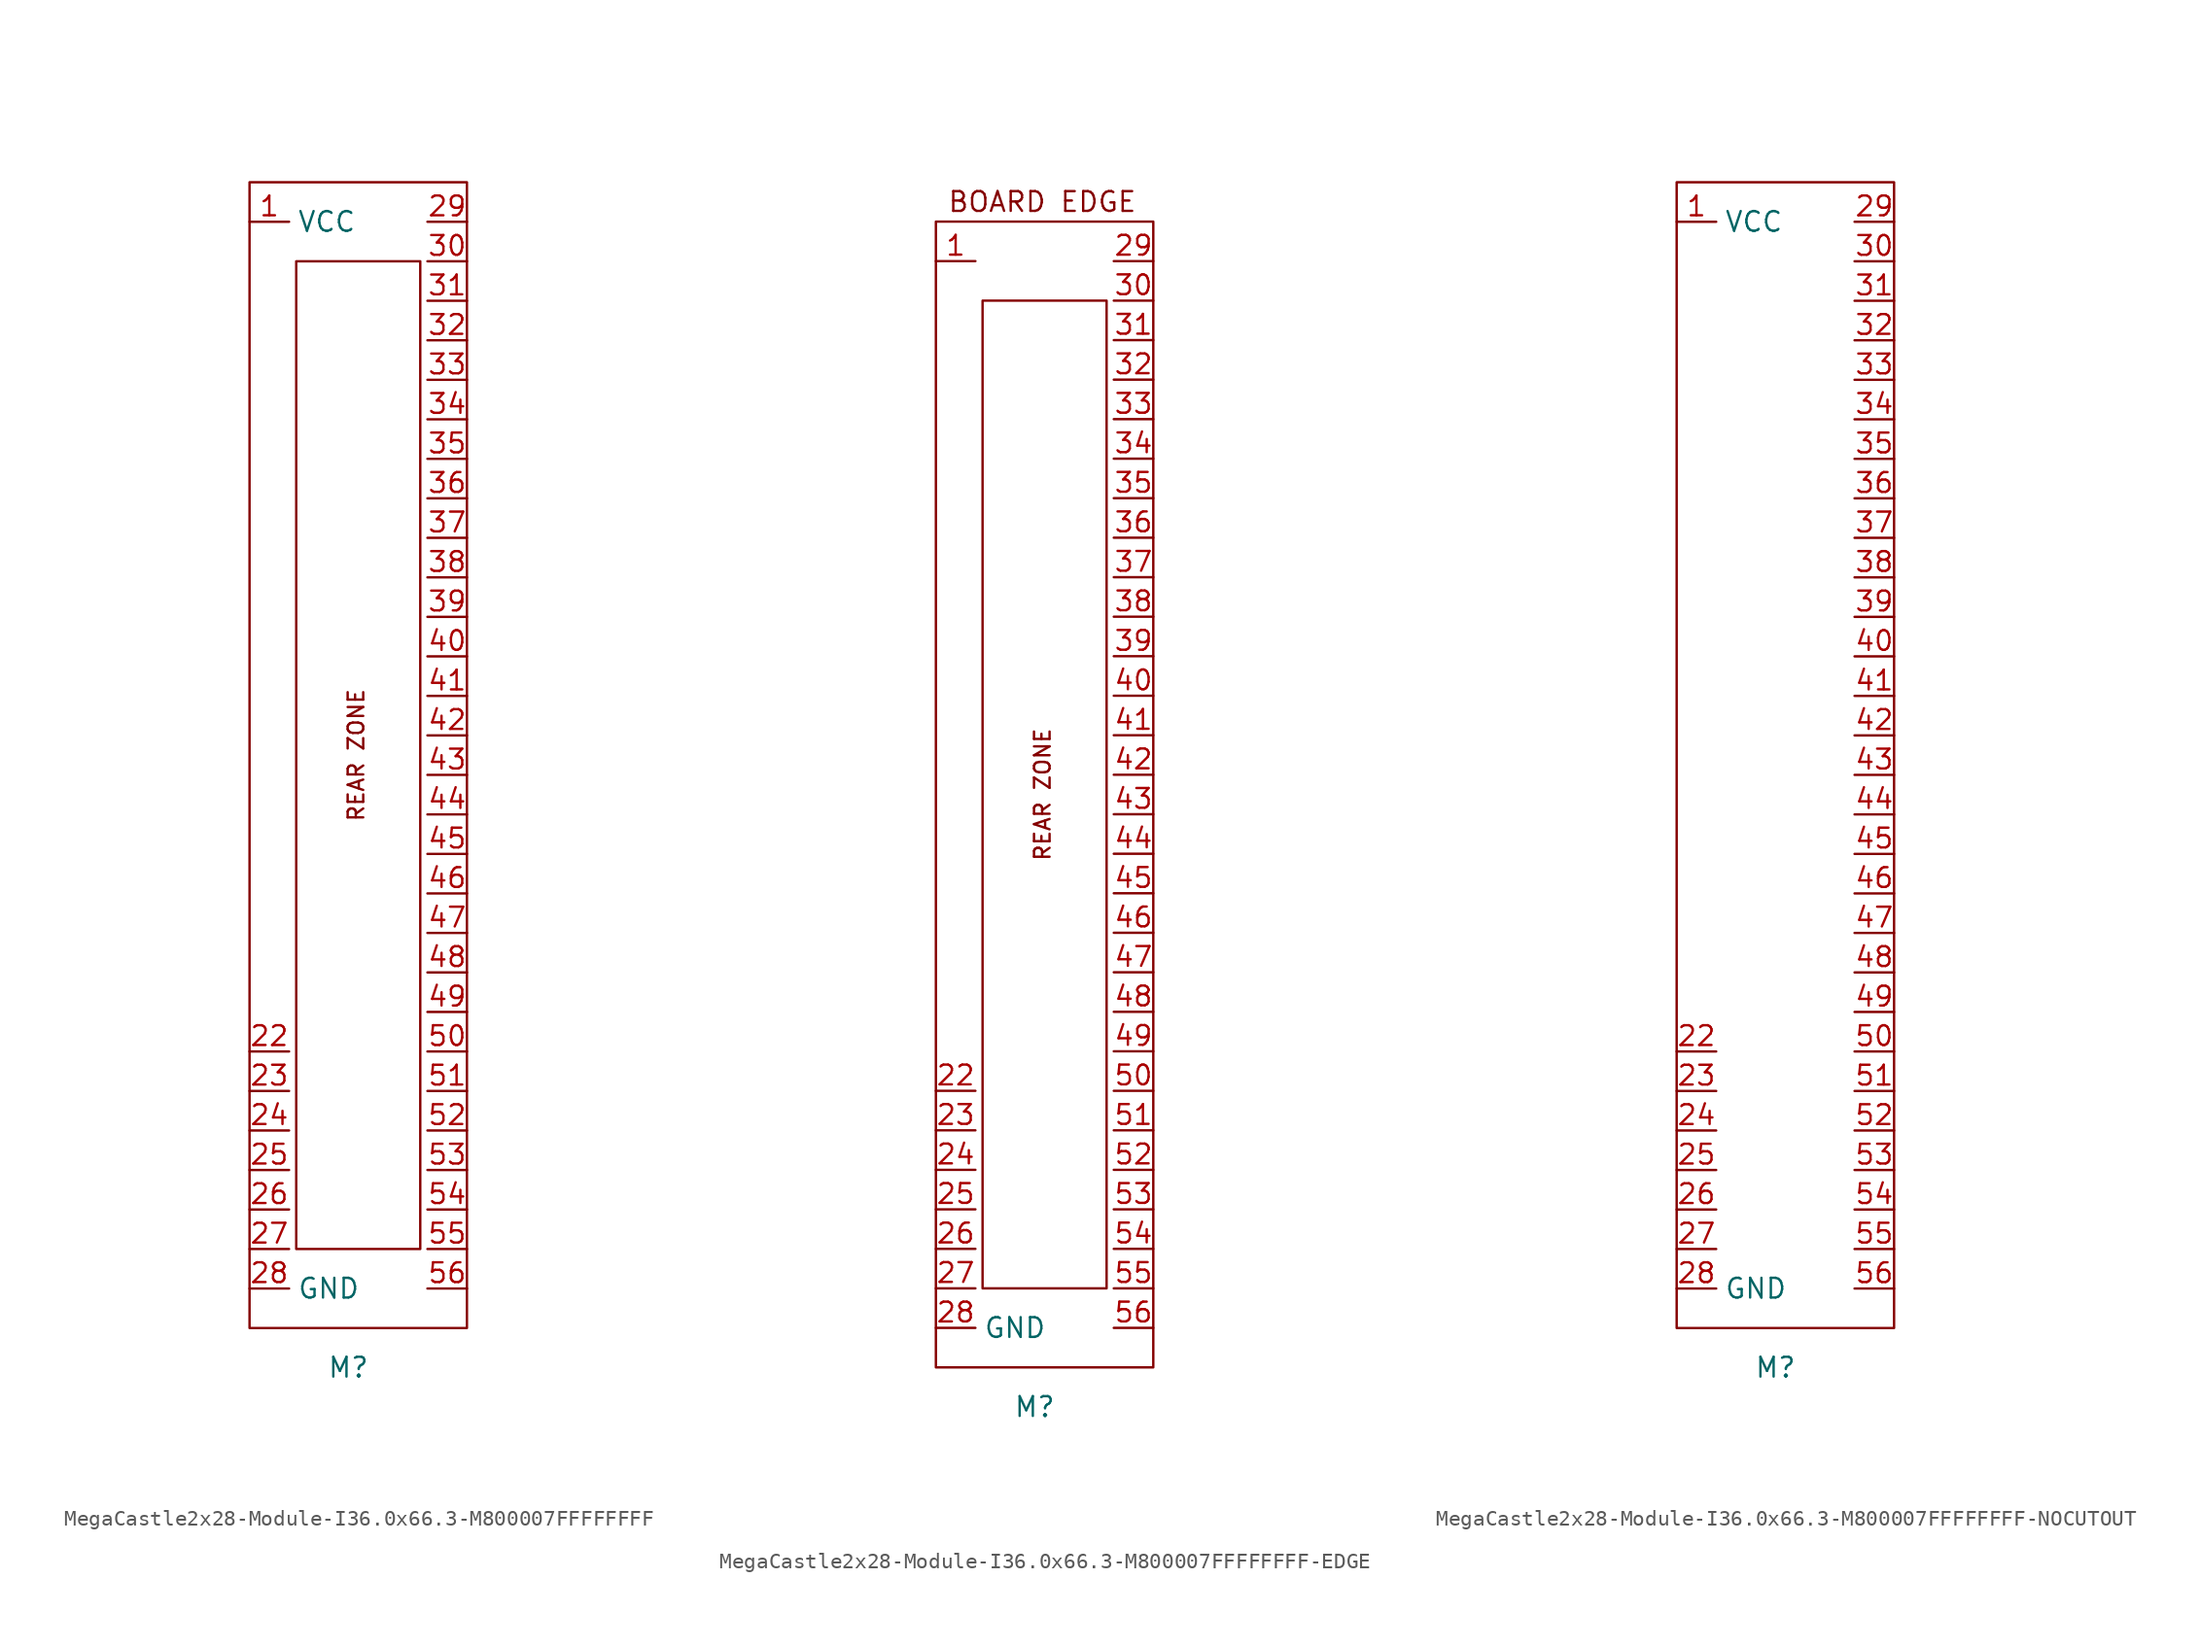
<source format=kicad_sym>
(kicad_symbol_lib
  (version 20241209)
  (generator "kicad_symbol_editor")
  (generator_version "9.0")
  (symbol "MegaCastle2x28-Module-I36.0x66.3-M800007FFFFFFFF"
    (property "Reference" "M"
      (at 0 -39.37 0)
      (effects (font (size 1.27 1.27))))
    (property "Value" ""
      (at 0 5.08 0)
      (effects (font (size 1.27 1.27))))
    (symbol "MegaCastle2x28-Module-I36.0x66.3-M800007FFFFFFFF_0_1"
      (rectangle (start -6.35 36.83) (end 7.62 -36.83) (stroke (width 0) (type default)) (fill (type none)))
      (rectangle (start -3.35 31.75) (end 4.62 -31.75) (stroke (width 0) (type default)) (fill (type none))))
    (symbol "MegaCastle2x28-Module-I36.0x66.3-M800007FFFFFFFF_1_1"
      (text "REAR ZONE" (at 0.5 0 900) (effects (font (size 1 1))))
      (pin bidirectional line (at -6.35 34.29 0) (length 2.54) (name "VCC" (effects (font (size 1.27 1.27)))) (number "1" (effects (font (size 1.27 1.27)))))
      (pin bidirectional line (at -6.35 -19.05 0) (length 2.54) (name "" (effects (font (size 1.27 1.27)))) (number "22" (effects (font (size 1.27 1.27)))))
      (pin bidirectional line (at -6.35 -21.59 0) (length 2.54) (name "" (effects (font (size 1.27 1.27)))) (number "23" (effects (font (size 1.27 1.27)))))
      (pin bidirectional line (at -6.35 -24.13 0) (length 2.54) (name "" (effects (font (size 1.27 1.27)))) (number "24" (effects (font (size 1.27 1.27)))))
      (pin bidirectional line (at -6.35 -26.67 0) (length 2.54) (name "" (effects (font (size 1.27 1.27)))) (number "25" (effects (font (size 1.27 1.27)))))
      (pin bidirectional line (at -6.35 -29.21 0) (length 2.54) (name "" (effects (font (size 1.27 1.27)))) (number "26" (effects (font (size 1.27 1.27)))))
      (pin bidirectional line (at -6.35 -31.75 0) (length 2.54) (name "" (effects (font (size 1.27 1.27)))) (number "27" (effects (font (size 1.27 1.27)))))
      (pin bidirectional line (at -6.35 -34.29 0) (length 2.54) (name "GND" (effects (font (size 1.27 1.27)))) (number "28" (effects (font (size 1.27 1.27)))))
      (pin bidirectional line (at 7.62 34.29 180) (length 2.54) (name "" (effects (font (size 1.27 1.27)))) (number "29" (effects (font (size 1.27 1.27)))))
      (pin bidirectional line (at 7.62 31.75 180) (length 2.54) (name "" (effects (font (size 1.27 1.27)))) (number "30" (effects (font (size 1.27 1.27)))))
      (pin bidirectional line (at 7.62 29.21 180) (length 2.54) (name "" (effects (font (size 1.27 1.27)))) (number "31" (effects (font (size 1.27 1.27)))))
      (pin bidirectional line (at 7.62 26.67 180) (length 2.54) (name "" (effects (font (size 1.27 1.27)))) (number "32" (effects (font (size 1.27 1.27)))))
      (pin bidirectional line (at 7.62 24.13 180) (length 2.54) (name "" (effects (font (size 1.27 1.27)))) (number "33" (effects (font (size 1.27 1.27)))))
      (pin bidirectional line (at 7.62 21.59 180) (length 2.54) (name "" (effects (font (size 1.27 1.27)))) (number "34" (effects (font (size 1.27 1.27)))))
      (pin bidirectional line (at 7.62 19.05 180) (length 2.54) (name "" (effects (font (size 1.27 1.27)))) (number "35" (effects (font (size 1.27 1.27)))))
      (pin bidirectional line (at 7.62 16.51 180) (length 2.54) (name "" (effects (font (size 1.27 1.27)))) (number "36" (effects (font (size 1.27 1.27)))))
      (pin bidirectional line (at 7.62 13.97 180) (length 2.54) (name "" (effects (font (size 1.27 1.27)))) (number "37" (effects (font (size 1.27 1.27)))))
      (pin bidirectional line (at 7.62 11.43 180) (length 2.54) (name "" (effects (font (size 1.27 1.27)))) (number "38" (effects (font (size 1.27 1.27)))))
      (pin bidirectional line (at 7.62 8.89 180) (length 2.54) (name "" (effects (font (size 1.27 1.27)))) (number "39" (effects (font (size 1.27 1.27)))))
      (pin bidirectional line (at 7.62 6.35 180) (length 2.54) (name "" (effects (font (size 1.27 1.27)))) (number "40" (effects (font (size 1.27 1.27)))))
      (pin bidirectional line (at 7.62 3.81 180) (length 2.54) (name "" (effects (font (size 1.27 1.27)))) (number "41" (effects (font (size 1.27 1.27)))))
      (pin bidirectional line (at 7.62 1.27 180) (length 2.54) (name "" (effects (font (size 1.27 1.27)))) (number "42" (effects (font (size 1.27 1.27)))))
      (pin bidirectional line (at 7.62 -1.27 180) (length 2.54) (name "" (effects (font (size 1.27 1.27)))) (number "43" (effects (font (size 1.27 1.27)))))
      (pin bidirectional line (at 7.62 -3.81 180) (length 2.54) (name "" (effects (font (size 1.27 1.27)))) (number "44" (effects (font (size 1.27 1.27)))))
      (pin bidirectional line (at 7.62 -6.35 180) (length 2.54) (name "" (effects (font (size 1.27 1.27)))) (number "45" (effects (font (size 1.27 1.27)))))
      (pin bidirectional line (at 7.62 -8.89 180) (length 2.54) (name "" (effects (font (size 1.27 1.27)))) (number "46" (effects (font (size 1.27 1.27)))))
      (pin bidirectional line (at 7.62 -11.43 180) (length 2.54) (name "" (effects (font (size 1.27 1.27)))) (number "47" (effects (font (size 1.27 1.27)))))
      (pin bidirectional line (at 7.62 -13.97 180) (length 2.54) (name "" (effects (font (size 1.27 1.27)))) (number "48" (effects (font (size 1.27 1.27)))))
      (pin bidirectional line (at 7.62 -16.51 180) (length 2.54) (name "" (effects (font (size 1.27 1.27)))) (number "49" (effects (font (size 1.27 1.27)))))
      (pin bidirectional line (at 7.62 -19.05 180) (length 2.54) (name "" (effects (font (size 1.27 1.27)))) (number "50" (effects (font (size 1.27 1.27)))))
      (pin bidirectional line (at 7.62 -21.59 180) (length 2.54) (name "" (effects (font (size 1.27 1.27)))) (number "51" (effects (font (size 1.27 1.27)))))
      (pin bidirectional line (at 7.62 -24.13 180) (length 2.54) (name "" (effects (font (size 1.27 1.27)))) (number "52" (effects (font (size 1.27 1.27)))))
      (pin bidirectional line (at 7.62 -26.67 180) (length 2.54) (name "" (effects (font (size 1.27 1.27)))) (number "53" (effects (font (size 1.27 1.27)))))
      (pin bidirectional line (at 7.62 -29.21 180) (length 2.54) (name "" (effects (font (size 1.27 1.27)))) (number "54" (effects (font (size 1.27 1.27)))))
      (pin bidirectional line (at 7.62 -31.75 180) (length 2.54) (name "" (effects (font (size 1.27 1.27)))) (number "55" (effects (font (size 1.27 1.27)))))
      (pin bidirectional line (at 7.62 -34.29 180) (length 2.54) (name "" (effects (font (size 1.27 1.27)))) (number "56" (effects (font (size 1.27 1.27)))))))
  (symbol "MegaCastle2x28-Module-I36.0x66.3-M800007FFFFFFFF-EDGE"
    (property "Reference" "M"
      (at 0 -39.37 0)
      (effects (font (size 1.27 1.27))))
    (property "Value" ""
      (at 0 5.08 0)
      (effects (font (size 1.27 1.27))))
    (symbol "MegaCastle2x28-Module-I36.0x66.3-M800007FFFFFFFF-EDGE_0_1"
      (rectangle (start -6.35 36.83) (end 7.62 -36.83) (stroke (width 0) (type default)) (fill (type none)))
      (rectangle (start -3.35 31.75) (end 4.62 -31.75) (stroke (width 0) (type default)) (fill (type none))))
    (symbol "MegaCastle2x28-Module-I36.0x66.3-M800007FFFFFFFF-EDGE_1_1"
      (text " BOARD EDGE" (at 0 38.1 0) (effects (font (size 1.27 1.27))))
      (text "REAR ZONE" (at 0.5 0 900) (effects (font (size 1 1))))
      (pin bidirectional line (at -6.35 34.29 0) (length 2.54) (name "" (effects (font (size 1.27 1.27)))) (number "1" (effects (font (size 1.27 1.27)))))
      (pin bidirectional line (at -6.35 -19.05 0) (length 2.54) (name "" (effects (font (size 1.27 1.27)))) (number "22" (effects (font (size 1.27 1.27)))))
      (pin bidirectional line (at -6.35 -21.59 0) (length 2.54) (name "" (effects (font (size 1.27 1.27)))) (number "23" (effects (font (size 1.27 1.27)))))
      (pin bidirectional line (at -6.35 -24.13 0) (length 2.54) (name "" (effects (font (size 1.27 1.27)))) (number "24" (effects (font (size 1.27 1.27)))))
      (pin bidirectional line (at -6.35 -26.67 0) (length 2.54) (name "" (effects (font (size 1.27 1.27)))) (number "25" (effects (font (size 1.27 1.27)))))
      (pin bidirectional line (at -6.35 -29.21 0) (length 2.54) (name "" (effects (font (size 1.27 1.27)))) (number "26" (effects (font (size 1.27 1.27)))))
      (pin bidirectional line (at -6.35 -31.75 0) (length 2.54) (name "" (effects (font (size 1.27 1.27)))) (number "27" (effects (font (size 1.27 1.27)))))
      (pin bidirectional line (at -6.35 -34.29 0) (length 2.54) (name "GND" (effects (font (size 1.27 1.27)))) (number "28" (effects (font (size 1.27 1.27)))))
      (pin bidirectional line (at 7.62 34.29 180) (length 2.54) (name "" (effects (font (size 1.27 1.27)))) (number "29" (effects (font (size 1.27 1.27)))))
      (pin bidirectional line (at 7.62 31.75 180) (length 2.54) (name "" (effects (font (size 1.27 1.27)))) (number "30" (effects (font (size 1.27 1.27)))))
      (pin bidirectional line (at 7.62 29.21 180) (length 2.54) (name "" (effects (font (size 1.27 1.27)))) (number "31" (effects (font (size 1.27 1.27)))))
      (pin bidirectional line (at 7.62 26.67 180) (length 2.54) (name "" (effects (font (size 1.27 1.27)))) (number "32" (effects (font (size 1.27 1.27)))))
      (pin bidirectional line (at 7.62 24.13 180) (length 2.54) (name "" (effects (font (size 1.27 1.27)))) (number "33" (effects (font (size 1.27 1.27)))))
      (pin bidirectional line (at 7.62 21.59 180) (length 2.54) (name "" (effects (font (size 1.27 1.27)))) (number "34" (effects (font (size 1.27 1.27)))))
      (pin bidirectional line (at 7.62 19.05 180) (length 2.54) (name "" (effects (font (size 1.27 1.27)))) (number "35" (effects (font (size 1.27 1.27)))))
      (pin bidirectional line (at 7.62 16.51 180) (length 2.54) (name "" (effects (font (size 1.27 1.27)))) (number "36" (effects (font (size 1.27 1.27)))))
      (pin bidirectional line (at 7.62 13.97 180) (length 2.54) (name "" (effects (font (size 1.27 1.27)))) (number "37" (effects (font (size 1.27 1.27)))))
      (pin bidirectional line (at 7.62 11.43 180) (length 2.54) (name "" (effects (font (size 1.27 1.27)))) (number "38" (effects (font (size 1.27 1.27)))))
      (pin bidirectional line (at 7.62 8.89 180) (length 2.54) (name "" (effects (font (size 1.27 1.27)))) (number "39" (effects (font (size 1.27 1.27)))))
      (pin bidirectional line (at 7.62 6.35 180) (length 2.54) (name "" (effects (font (size 1.27 1.27)))) (number "40" (effects (font (size 1.27 1.27)))))
      (pin bidirectional line (at 7.62 3.81 180) (length 2.54) (name "" (effects (font (size 1.27 1.27)))) (number "41" (effects (font (size 1.27 1.27)))))
      (pin bidirectional line (at 7.62 1.27 180) (length 2.54) (name "" (effects (font (size 1.27 1.27)))) (number "42" (effects (font (size 1.27 1.27)))))
      (pin bidirectional line (at 7.62 -1.27 180) (length 2.54) (name "" (effects (font (size 1.27 1.27)))) (number "43" (effects (font (size 1.27 1.27)))))
      (pin bidirectional line (at 7.62 -3.81 180) (length 2.54) (name "" (effects (font (size 1.27 1.27)))) (number "44" (effects (font (size 1.27 1.27)))))
      (pin bidirectional line (at 7.62 -6.35 180) (length 2.54) (name "" (effects (font (size 1.27 1.27)))) (number "45" (effects (font (size 1.27 1.27)))))
      (pin bidirectional line (at 7.62 -8.89 180) (length 2.54) (name "" (effects (font (size 1.27 1.27)))) (number "46" (effects (font (size 1.27 1.27)))))
      (pin bidirectional line (at 7.62 -11.43 180) (length 2.54) (name "" (effects (font (size 1.27 1.27)))) (number "47" (effects (font (size 1.27 1.27)))))
      (pin bidirectional line (at 7.62 -13.97 180) (length 2.54) (name "" (effects (font (size 1.27 1.27)))) (number "48" (effects (font (size 1.27 1.27)))))
      (pin bidirectional line (at 7.62 -16.51 180) (length 2.54) (name "" (effects (font (size 1.27 1.27)))) (number "49" (effects (font (size 1.27 1.27)))))
      (pin bidirectional line (at 7.62 -19.05 180) (length 2.54) (name "" (effects (font (size 1.27 1.27)))) (number "50" (effects (font (size 1.27 1.27)))))
      (pin bidirectional line (at 7.62 -21.59 180) (length 2.54) (name "" (effects (font (size 1.27 1.27)))) (number "51" (effects (font (size 1.27 1.27)))))
      (pin bidirectional line (at 7.62 -24.13 180) (length 2.54) (name "" (effects (font (size 1.27 1.27)))) (number "52" (effects (font (size 1.27 1.27)))))
      (pin bidirectional line (at 7.62 -26.67 180) (length 2.54) (name "" (effects (font (size 1.27 1.27)))) (number "53" (effects (font (size 1.27 1.27)))))
      (pin bidirectional line (at 7.62 -29.21 180) (length 2.54) (name "" (effects (font (size 1.27 1.27)))) (number "54" (effects (font (size 1.27 1.27)))))
      (pin bidirectional line (at 7.62 -31.75 180) (length 2.54) (name "" (effects (font (size 1.27 1.27)))) (number "55" (effects (font (size 1.27 1.27)))))
      (pin bidirectional line (at 7.62 -34.29 180) (length 2.54) (name "" (effects (font (size 1.27 1.27)))) (number "56" (effects (font (size 1.27 1.27)))))))
  (symbol "MegaCastle2x28-Module-I36.0x66.3-M800007FFFFFFFF-NOCUTOUT"
    (property "Reference" "M"
      (at 0 -39.37 0)
      (effects (font (size 1.27 1.27))))
    (property "Value" ""
      (at 0 5.08 0)
      (effects (font (size 1.27 1.27))))
    (symbol "MegaCastle2x28-Module-I36.0x66.3-M800007FFFFFFFF-NOCUTOUT_0_1"
      (rectangle (start -6.35 36.83) (end 7.62 -36.83) (stroke (width 0) (type default)) (fill (type none))))
    (symbol "MegaCastle2x28-Module-I36.0x66.3-M800007FFFFFFFF-NOCUTOUT_1_1"
      (pin bidirectional line (at -6.35 34.29 0) (length 2.54) (name "VCC" (effects (font (size 1.27 1.27)))) (number "1" (effects (font (size 1.27 1.27)))))
      (pin bidirectional line (at -6.35 -19.05 0) (length 2.54) (name "" (effects (font (size 1.27 1.27)))) (number "22" (effects (font (size 1.27 1.27)))))
      (pin bidirectional line (at -6.35 -21.59 0) (length 2.54) (name "" (effects (font (size 1.27 1.27)))) (number "23" (effects (font (size 1.27 1.27)))))
      (pin bidirectional line (at -6.35 -24.13 0) (length 2.54) (name "" (effects (font (size 1.27 1.27)))) (number "24" (effects (font (size 1.27 1.27)))))
      (pin bidirectional line (at -6.35 -26.67 0) (length 2.54) (name "" (effects (font (size 1.27 1.27)))) (number "25" (effects (font (size 1.27 1.27)))))
      (pin bidirectional line (at -6.35 -29.21 0) (length 2.54) (name "" (effects (font (size 1.27 1.27)))) (number "26" (effects (font (size 1.27 1.27)))))
      (pin bidirectional line (at -6.35 -31.75 0) (length 2.54) (name "" (effects (font (size 1.27 1.27)))) (number "27" (effects (font (size 1.27 1.27)))))
      (pin bidirectional line (at -6.35 -34.29 0) (length 2.54) (name "GND" (effects (font (size 1.27 1.27)))) (number "28" (effects (font (size 1.27 1.27)))))
      (pin bidirectional line (at 7.62 34.29 180) (length 2.54) (name "" (effects (font (size 1.27 1.27)))) (number "29" (effects (font (size 1.27 1.27)))))
      (pin bidirectional line (at 7.62 31.75 180) (length 2.54) (name "" (effects (font (size 1.27 1.27)))) (number "30" (effects (font (size 1.27 1.27)))))
      (pin bidirectional line (at 7.62 29.21 180) (length 2.54) (name "" (effects (font (size 1.27 1.27)))) (number "31" (effects (font (size 1.27 1.27)))))
      (pin bidirectional line (at 7.62 26.67 180) (length 2.54) (name "" (effects (font (size 1.27 1.27)))) (number "32" (effects (font (size 1.27 1.27)))))
      (pin bidirectional line (at 7.62 24.13 180) (length 2.54) (name "" (effects (font (size 1.27 1.27)))) (number "33" (effects (font (size 1.27 1.27)))))
      (pin bidirectional line (at 7.62 21.59 180) (length 2.54) (name "" (effects (font (size 1.27 1.27)))) (number "34" (effects (font (size 1.27 1.27)))))
      (pin bidirectional line (at 7.62 19.05 180) (length 2.54) (name "" (effects (font (size 1.27 1.27)))) (number "35" (effects (font (size 1.27 1.27)))))
      (pin bidirectional line (at 7.62 16.51 180) (length 2.54) (name "" (effects (font (size 1.27 1.27)))) (number "36" (effects (font (size 1.27 1.27)))))
      (pin bidirectional line (at 7.62 13.97 180) (length 2.54) (name "" (effects (font (size 1.27 1.27)))) (number "37" (effects (font (size 1.27 1.27)))))
      (pin bidirectional line (at 7.62 11.43 180) (length 2.54) (name "" (effects (font (size 1.27 1.27)))) (number "38" (effects (font (size 1.27 1.27)))))
      (pin bidirectional line (at 7.62 8.89 180) (length 2.54) (name "" (effects (font (size 1.27 1.27)))) (number "39" (effects (font (size 1.27 1.27)))))
      (pin bidirectional line (at 7.62 6.35 180) (length 2.54) (name "" (effects (font (size 1.27 1.27)))) (number "40" (effects (font (size 1.27 1.27)))))
      (pin bidirectional line (at 7.62 3.81 180) (length 2.54) (name "" (effects (font (size 1.27 1.27)))) (number "41" (effects (font (size 1.27 1.27)))))
      (pin bidirectional line (at 7.62 1.27 180) (length 2.54) (name "" (effects (font (size 1.27 1.27)))) (number "42" (effects (font (size 1.27 1.27)))))
      (pin bidirectional line (at 7.62 -1.27 180) (length 2.54) (name "" (effects (font (size 1.27 1.27)))) (number "43" (effects (font (size 1.27 1.27)))))
      (pin bidirectional line (at 7.62 -3.81 180) (length 2.54) (name "" (effects (font (size 1.27 1.27)))) (number "44" (effects (font (size 1.27 1.27)))))
      (pin bidirectional line (at 7.62 -6.35 180) (length 2.54) (name "" (effects (font (size 1.27 1.27)))) (number "45" (effects (font (size 1.27 1.27)))))
      (pin bidirectional line (at 7.62 -8.89 180) (length 2.54) (name "" (effects (font (size 1.27 1.27)))) (number "46" (effects (font (size 1.27 1.27)))))
      (pin bidirectional line (at 7.62 -11.43 180) (length 2.54) (name "" (effects (font (size 1.27 1.27)))) (number "47" (effects (font (size 1.27 1.27)))))
      (pin bidirectional line (at 7.62 -13.97 180) (length 2.54) (name "" (effects (font (size 1.27 1.27)))) (number "48" (effects (font (size 1.27 1.27)))))
      (pin bidirectional line (at 7.62 -16.51 180) (length 2.54) (name "" (effects (font (size 1.27 1.27)))) (number "49" (effects (font (size 1.27 1.27)))))
      (pin bidirectional line (at 7.62 -19.05 180) (length 2.54) (name "" (effects (font (size 1.27 1.27)))) (number "50" (effects (font (size 1.27 1.27)))))
      (pin bidirectional line (at 7.62 -21.59 180) (length 2.54) (name "" (effects (font (size 1.27 1.27)))) (number "51" (effects (font (size 1.27 1.27)))))
      (pin bidirectional line (at 7.62 -24.13 180) (length 2.54) (name "" (effects (font (size 1.27 1.27)))) (number "52" (effects (font (size 1.27 1.27)))))
      (pin bidirectional line (at 7.62 -26.67 180) (length 2.54) (name "" (effects (font (size 1.27 1.27)))) (number "53" (effects (font (size 1.27 1.27)))))
      (pin bidirectional line (at 7.62 -29.21 180) (length 2.54) (name "" (effects (font (size 1.27 1.27)))) (number "54" (effects (font (size 1.27 1.27)))))
      (pin bidirectional line (at 7.62 -31.75 180) (length 2.54) (name "" (effects (font (size 1.27 1.27)))) (number "55" (effects (font (size 1.27 1.27)))))
      (pin bidirectional line (at 7.62 -34.29 180) (length 2.54) (name "" (effects (font (size 1.27 1.27)))) (number "56" (effects (font (size 1.27 1.27))))))))
</source>
